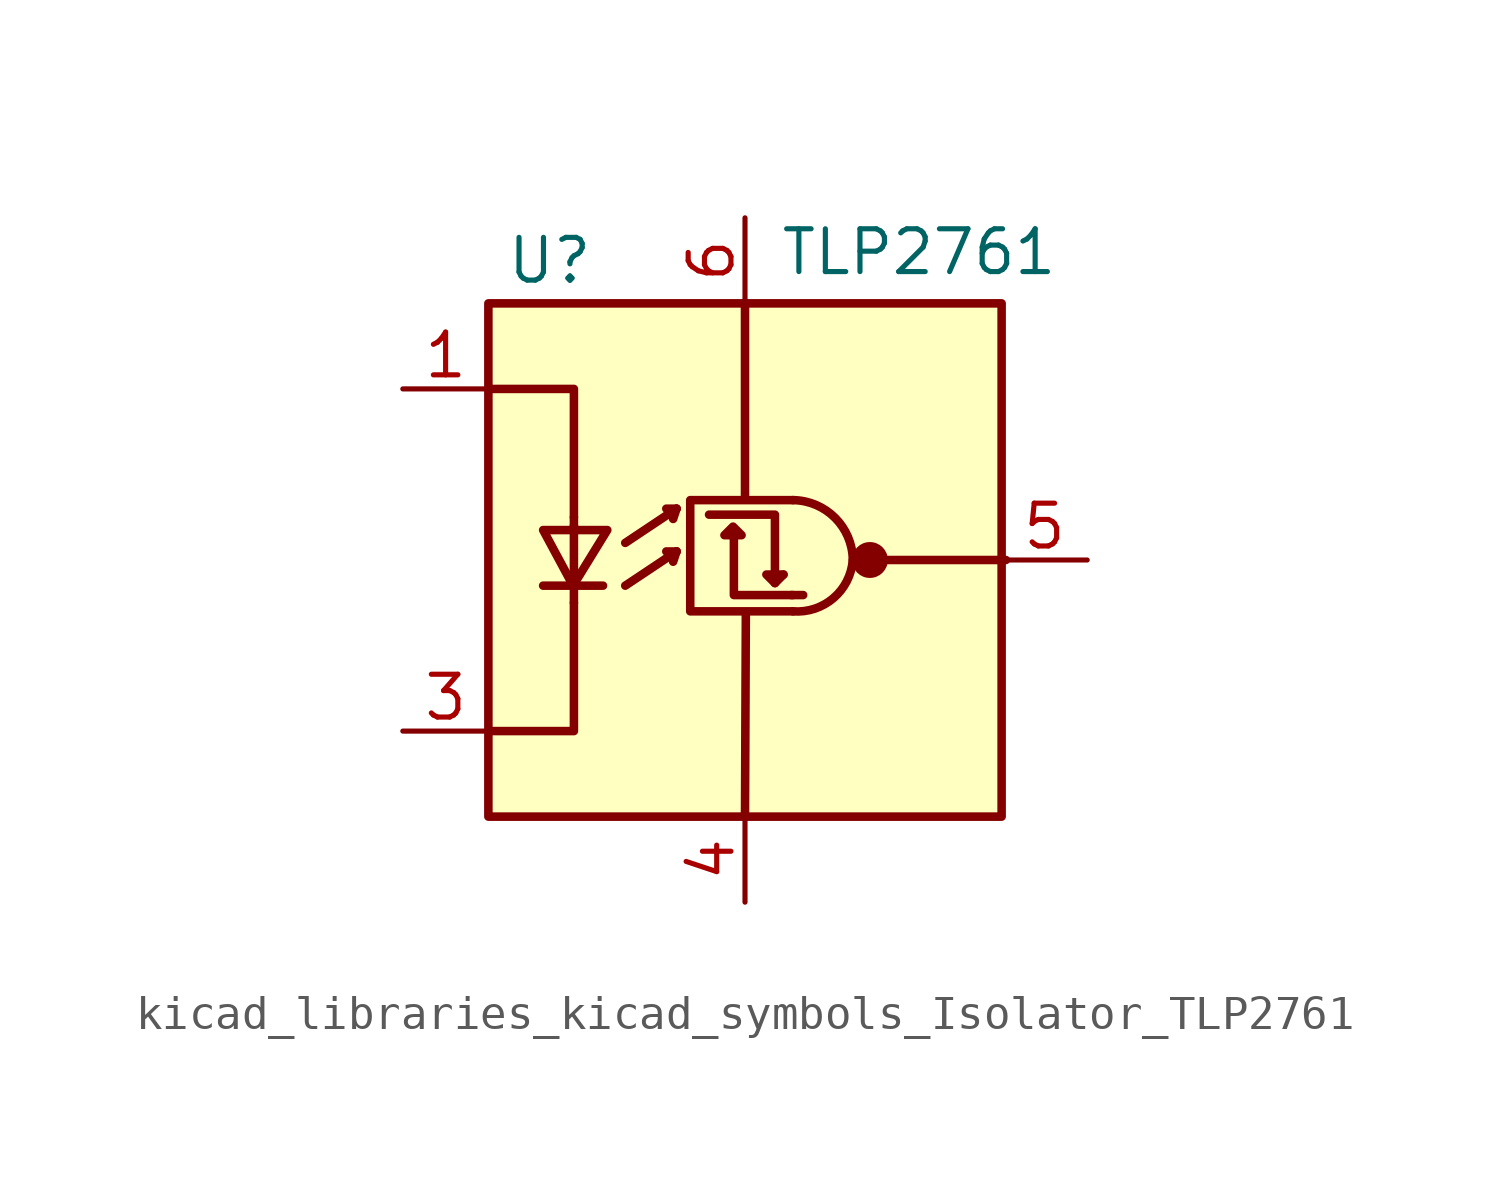
<source format=kicad_sym>
(kicad_symbol_lib
  (version 20220914)
  (generator kicad_symbol_editor)
  (symbol "kicad_libraries_kicad_symbols_Isolator_TLP2761"
    (pin_names
      (offset 1.016) hide)
    (property "Reference" "U"
      (at -7.112 8.89 0)
      (effects (font (size 1.27 1.27)) (justify left)))
    (property "Value" "TLP2761"
      (at 1.016 9.144 0)
      (effects (font (size 1.27 1.27)) (justify left)))
    (symbol "kicad_libraries_kicad_symbols_Isolator_TLP2761_0_1"
      (rectangle (start -7.62 7.62) (end 7.62 -7.62) (stroke (width 0.254) (type default)) (fill (type background)))
      (polyline (pts (xy -5.994 -0.762) (xy -4.216 -0.762)) (stroke (width 0.254) (type default)) (fill (type none)))
      (polyline (pts (xy -5.08 -1.27) (xy -5.08 -0.762)) (stroke (width 0.254) (type default)) (fill (type none)))
      (polyline (pts (xy -5.08 1.016) (xy -5.08 -0.762)) (stroke (width 0.254) (type default)) (fill (type none)))
      (polyline (pts (xy -5.08 1.27) (xy -5.08 1.016)) (stroke (width 0.254) (type default)) (fill (type none)))
      (polyline (pts (xy -3.556 -0.762) (xy -2.032 0.254)) (stroke (width 0.254) (type default)) (fill (type none)))
      (polyline (pts (xy -3.556 0.508) (xy -2.032 1.524)) (stroke (width 0.254) (type default)) (fill (type none)))
      (polyline (pts (xy -2.032 0.254) (xy -2.337 0.254)) (stroke (width 0.254) (type default)) (fill (type none)))
      (polyline (pts (xy -2.032 0.254) (xy -2.134 -0.051)) (stroke (width 0.254) (type default)) (fill (type none)))
      (polyline (pts (xy -2.032 1.524) (xy -2.337 1.524)) (stroke (width 0.254) (type default)) (fill (type none)))
      (polyline (pts (xy -2.032 1.524) (xy -2.134 1.219)) (stroke (width 0.254) (type default)) (fill (type none)))
      (polyline (pts (xy 0 -7.62) (xy 0.025 -1.549)) (stroke (width 0.254) (type default)) (fill (type none)))
      (polyline (pts (xy 0 7.645) (xy 0 1.854)) (stroke (width 0.254) (type default)) (fill (type none)))
      (polyline (pts (xy 0.889 -0.686) (xy 1.143 -0.432)) (stroke (width 0.254) (type default)) (fill (type none)))
      (polyline (pts (xy 1.372 -1.041) (xy 1.727 -1.041)) (stroke (width 0.254) (type default)) (fill (type none)))
      (polyline (pts (xy 4.14 0) (xy 7.747 0)) (stroke (width 0.254) (type default)) (fill (type none)))
      (polyline (pts (xy -7.62 -5.08) (xy -5.08 -5.08) (xy -5.08 -1.27)) (stroke (width 0.254) (type default)) (fill (type none)))
      (polyline (pts (xy -5.08 1.27) (xy -5.08 5.08) (xy -7.62 5.08)) (stroke (width 0.254) (type default)) (fill (type none)))
      (polyline (pts (xy -0.33 0.686) (xy -0.33 -1.041) (xy 1.422 -1.041)) (stroke (width 0.254) (type default)) (fill (type none)))
      (polyline (pts (xy 0.889 -0.686) (xy 0.635 -0.432) (xy 1.143 -0.432)) (stroke (width 0.254) (type default)) (fill (type none)))
      (polyline (pts (xy 0.889 -0.381) (xy 0.889 1.346) (xy -1.067 1.346)) (stroke (width 0.254) (type default)) (fill (type none)))
      (polyline (pts (xy -5.994 0.889) (xy -4.089 0.889) (xy -5.105 -0.762) (xy -5.994 0.889)) (stroke (width 0.254) (type default)) (fill (type none)))
      (polyline (pts (xy -0.356 0.991) (xy -0.61 0.737) (xy -0.102 0.737) (xy -0.356 0.991)) (stroke (width 0.254) (type default)) (fill (type none)))
      (polyline (pts (xy 1.422 1.778) (xy -1.626 1.778) (xy -1.626 -1.524) (xy 1.422 -1.524)) (stroke (width 0.254) (type default)) (fill (type none)))
      (arc (start 1.4224 -1.524) (mid 2.627 -1.1302) (end 3.2004 0) (stroke (width 0.254) (type default)) (fill (type none)))
      (arc (start 3.2004 0) (mid 2.6743 1.2519) (end 1.4224 1.778) (stroke (width 0.254) (type default)) (fill (type none)))
      (circle (center 3.708 0) (radius 0.457) (stroke (width 0) (type default)) (fill (type outline))))
    (symbol "kicad_libraries_kicad_symbols_Isolator_TLP2761_1_1"
      (pin passive line (at -10.16 5.08 0) (length 2.54) (name "A" (effects (font (size 1.27 1.27)))) (number "1" (effects (font (size 1.27 1.27)))))
      (pin no_connect line (at -7.62 0 0) (length 2.54) hide (name "NC" (effects (font (size 1.27 1.27)))) (number "2" (effects (font (size 1.27 1.27)))))
      (pin passive line (at -10.16 -5.08 0) (length 2.54) (name "K" (effects (font (size 1.27 1.27)))) (number "3" (effects (font (size 1.27 1.27)))))
      (pin power_in line (at 0 -10.16 90) (length 2.54) (name "GND" (effects (font (size 1.27 1.27)))) (number "4" (effects (font (size 1.27 1.27)))))
      (pin output line (at 10.16 0 180) (length 2.54) (name "VO" (effects (font (size 1.27 1.27)))) (number "5" (effects (font (size 1.27 1.27)))))
      (pin power_in line (at 0 10.16 270) (length 2.54) (name "VDD" (effects (font (size 1.27 1.27)))) (number "6" (effects (font (size 1.27 1.27))))))))
</source>
